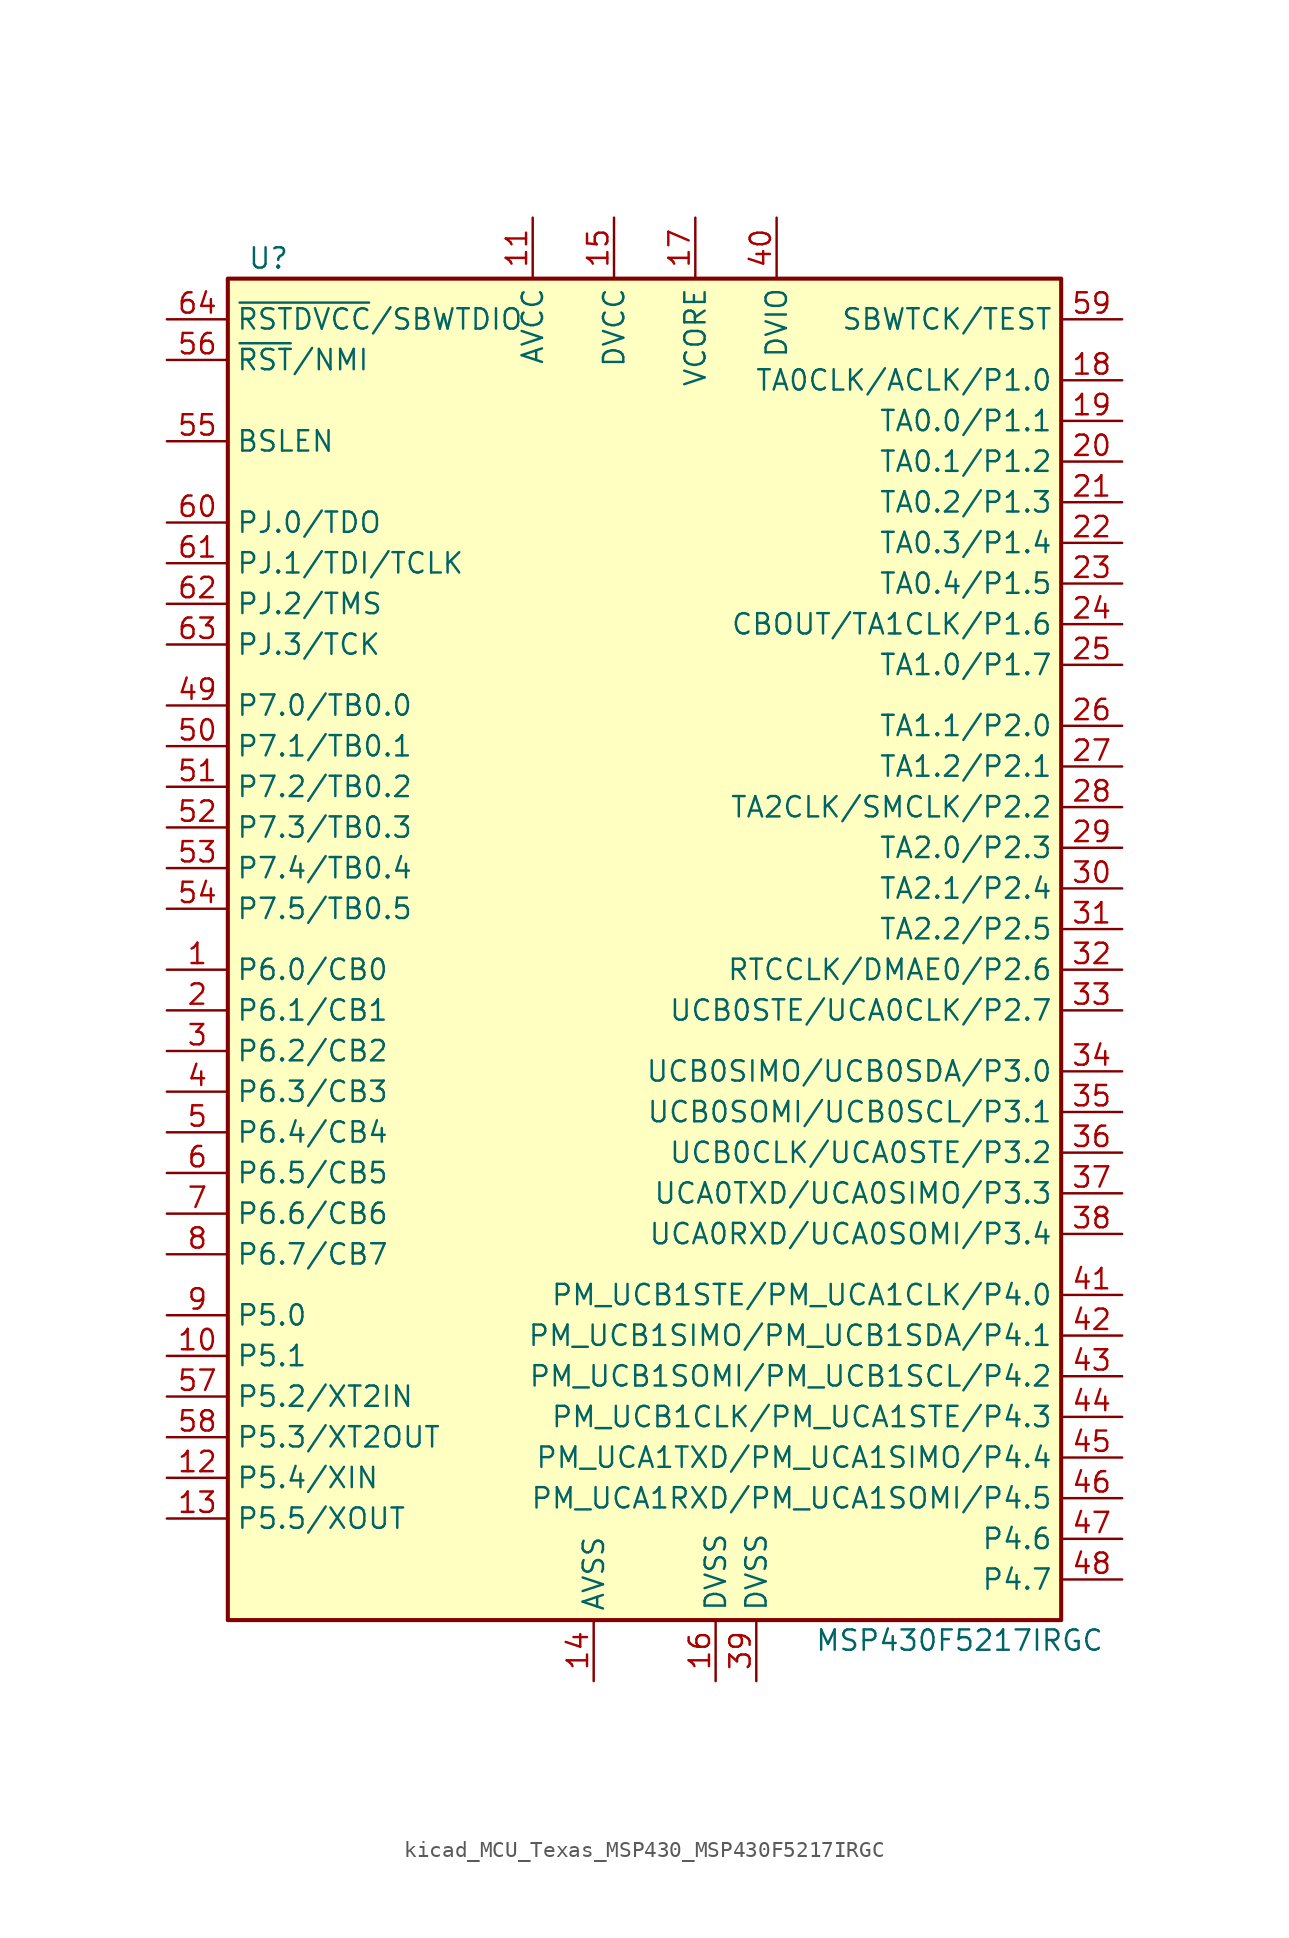
<source format=kicad_sym>
(kicad_symbol_lib
  (version 20220914)
  (generator kicad_symbol_editor)
  (symbol "kicad_MCU_Texas_MSP430_MSP430F5217IRGC"
    (property "Reference" "U"
      (at -24.13 43.18 0)
      (effects (font (size 1.27 1.27))))
    (property "Value" "MSP430F5217IRGC"
      (at 19.05 -43.18 0)
      (effects (font (size 1.27 1.27))))
    (symbol "kicad_MCU_Texas_MSP430_MSP430F5217IRGC_0_1"
      (rectangle (start -26.67 41.91) (end 25.4 -41.91) (stroke (width 0.254) (type default)) (fill (type background))))
    (symbol "kicad_MCU_Texas_MSP430_MSP430F5217IRGC_1_1"
      (pin bidirectional line (at -30.48 -1.27 0) (length 3.81) (name "P6.0/CB0" (effects (font (size 1.27 1.27)))) (number "1" (effects (font (size 1.27 1.27)))))
      (pin bidirectional line (at -30.48 -25.4 0) (length 3.81) (name "P5.1" (effects (font (size 1.27 1.27)))) (number "10" (effects (font (size 1.27 1.27)))))
      (pin power_in line (at -7.62 45.72 270) (length 3.81) (name "AVCC" (effects (font (size 1.27 1.27)))) (number "11" (effects (font (size 1.27 1.27)))))
      (pin bidirectional line (at -30.48 -33.02 0) (length 3.81) (name "P5.4/XIN" (effects (font (size 1.27 1.27)))) (number "12" (effects (font (size 1.27 1.27)))))
      (pin bidirectional line (at -30.48 -35.56 0) (length 3.81) (name "P5.5/XOUT" (effects (font (size 1.27 1.27)))) (number "13" (effects (font (size 1.27 1.27)))))
      (pin power_in line (at -3.81 -45.72 90) (length 3.81) (name "AVSS" (effects (font (size 1.27 1.27)))) (number "14" (effects (font (size 1.27 1.27)))))
      (pin power_in line (at -2.54 45.72 270) (length 3.81) (name "DVCC" (effects (font (size 1.27 1.27)))) (number "15" (effects (font (size 1.27 1.27)))))
      (pin power_in line (at 3.81 -45.72 90) (length 3.81) (name "DVSS" (effects (font (size 1.27 1.27)))) (number "16" (effects (font (size 1.27 1.27)))))
      (pin power_in line (at 2.54 45.72 270) (length 3.81) (name "VCORE" (effects (font (size 1.27 1.27)))) (number "17" (effects (font (size 1.27 1.27)))))
      (pin bidirectional line (at 29.21 35.56 180) (length 3.81) (name "TA0CLK/ACLK/P1.0" (effects (font (size 1.27 1.27)))) (number "18" (effects (font (size 1.27 1.27)))))
      (pin bidirectional line (at 29.21 33.02 180) (length 3.81) (name "TA0.0/P1.1" (effects (font (size 1.27 1.27)))) (number "19" (effects (font (size 1.27 1.27)))))
      (pin bidirectional line (at -30.48 -3.81 0) (length 3.81) (name "P6.1/CB1" (effects (font (size 1.27 1.27)))) (number "2" (effects (font (size 1.27 1.27)))))
      (pin bidirectional line (at 29.21 30.48 180) (length 3.81) (name "TA0.1/P1.2" (effects (font (size 1.27 1.27)))) (number "20" (effects (font (size 1.27 1.27)))))
      (pin bidirectional line (at 29.21 27.94 180) (length 3.81) (name "TA0.2/P1.3" (effects (font (size 1.27 1.27)))) (number "21" (effects (font (size 1.27 1.27)))))
      (pin bidirectional line (at 29.21 25.4 180) (length 3.81) (name "TA0.3/P1.4" (effects (font (size 1.27 1.27)))) (number "22" (effects (font (size 1.27 1.27)))))
      (pin bidirectional line (at 29.21 22.86 180) (length 3.81) (name "TA0.4/P1.5" (effects (font (size 1.27 1.27)))) (number "23" (effects (font (size 1.27 1.27)))))
      (pin bidirectional line (at 29.21 20.32 180) (length 3.81) (name "CBOUT/TA1CLK/P1.6" (effects (font (size 1.27 1.27)))) (number "24" (effects (font (size 1.27 1.27)))))
      (pin bidirectional line (at 29.21 17.78 180) (length 3.81) (name "TA1.0/P1.7" (effects (font (size 1.27 1.27)))) (number "25" (effects (font (size 1.27 1.27)))))
      (pin bidirectional line (at 29.21 13.97 180) (length 3.81) (name "TA1.1/P2.0" (effects (font (size 1.27 1.27)))) (number "26" (effects (font (size 1.27 1.27)))))
      (pin bidirectional line (at 29.21 11.43 180) (length 3.81) (name "TA1.2/P2.1" (effects (font (size 1.27 1.27)))) (number "27" (effects (font (size 1.27 1.27)))))
      (pin bidirectional line (at 29.21 8.89 180) (length 3.81) (name "TA2CLK/SMCLK/P2.2" (effects (font (size 1.27 1.27)))) (number "28" (effects (font (size 1.27 1.27)))))
      (pin bidirectional line (at 29.21 6.35 180) (length 3.81) (name "TA2.0/P2.3" (effects (font (size 1.27 1.27)))) (number "29" (effects (font (size 1.27 1.27)))))
      (pin bidirectional line (at -30.48 -6.35 0) (length 3.81) (name "P6.2/CB2" (effects (font (size 1.27 1.27)))) (number "3" (effects (font (size 1.27 1.27)))))
      (pin bidirectional line (at 29.21 3.81 180) (length 3.81) (name "TA2.1/P2.4" (effects (font (size 1.27 1.27)))) (number "30" (effects (font (size 1.27 1.27)))))
      (pin bidirectional line (at 29.21 1.27 180) (length 3.81) (name "TA2.2/P2.5" (effects (font (size 1.27 1.27)))) (number "31" (effects (font (size 1.27 1.27)))))
      (pin bidirectional line (at 29.21 -1.27 180) (length 3.81) (name "RTCCLK/DMAE0/P2.6" (effects (font (size 1.27 1.27)))) (number "32" (effects (font (size 1.27 1.27)))))
      (pin bidirectional line (at 29.21 -3.81 180) (length 3.81) (name "UCB0STE/UCA0CLK/P2.7" (effects (font (size 1.27 1.27)))) (number "33" (effects (font (size 1.27 1.27)))))
      (pin bidirectional line (at 29.21 -7.62 180) (length 3.81) (name "UCB0SIMO/UCB0SDA/P3.0" (effects (font (size 1.27 1.27)))) (number "34" (effects (font (size 1.27 1.27)))))
      (pin bidirectional line (at 29.21 -10.16 180) (length 3.81) (name "UCB0SOMI/UCB0SCL/P3.1" (effects (font (size 1.27 1.27)))) (number "35" (effects (font (size 1.27 1.27)))))
      (pin bidirectional line (at 29.21 -12.7 180) (length 3.81) (name "UCB0CLK/UCA0STE/P3.2" (effects (font (size 1.27 1.27)))) (number "36" (effects (font (size 1.27 1.27)))))
      (pin bidirectional line (at 29.21 -15.24 180) (length 3.81) (name "UCA0TXD/UCA0SIMO/P3.3" (effects (font (size 1.27 1.27)))) (number "37" (effects (font (size 1.27 1.27)))))
      (pin bidirectional line (at 29.21 -17.78 180) (length 3.81) (name "UCA0RXD/UCA0SOMI/P3.4" (effects (font (size 1.27 1.27)))) (number "38" (effects (font (size 1.27 1.27)))))
      (pin power_in line (at 6.35 -45.72 90) (length 3.81) (name "DVSS" (effects (font (size 1.27 1.27)))) (number "39" (effects (font (size 1.27 1.27)))))
      (pin bidirectional line (at -30.48 -8.89 0) (length 3.81) (name "P6.3/CB3" (effects (font (size 1.27 1.27)))) (number "4" (effects (font (size 1.27 1.27)))))
      (pin power_in line (at 7.62 45.72 270) (length 3.81) (name "DVIO" (effects (font (size 1.27 1.27)))) (number "40" (effects (font (size 1.27 1.27)))))
      (pin bidirectional line (at 29.21 -21.59 180) (length 3.81) (name "PM_UCB1STE/PM_UCA1CLK/P4.0" (effects (font (size 1.27 1.27)))) (number "41" (effects (font (size 1.27 1.27)))))
      (pin bidirectional line (at 29.21 -24.13 180) (length 3.81) (name "PM_UCB1SIMO/PM_UCB1SDA/P4.1" (effects (font (size 1.27 1.27)))) (number "42" (effects (font (size 1.27 1.27)))))
      (pin bidirectional line (at 29.21 -26.67 180) (length 3.81) (name "PM_UCB1SOMI/PM_UCB1SCL/P4.2" (effects (font (size 1.27 1.27)))) (number "43" (effects (font (size 1.27 1.27)))))
      (pin bidirectional line (at 29.21 -29.21 180) (length 3.81) (name "PM_UCB1CLK/PM_UCA1STE/P4.3" (effects (font (size 1.27 1.27)))) (number "44" (effects (font (size 1.27 1.27)))))
      (pin bidirectional line (at 29.21 -31.75 180) (length 3.81) (name "PM_UCA1TXD/PM_UCA1SIMO/P4.4" (effects (font (size 1.27 1.27)))) (number "45" (effects (font (size 1.27 1.27)))))
      (pin bidirectional line (at 29.21 -34.29 180) (length 3.81) (name "PM_UCA1RXD/PM_UCA1SOMI/P4.5" (effects (font (size 1.27 1.27)))) (number "46" (effects (font (size 1.27 1.27)))))
      (pin bidirectional line (at 29.21 -36.83 180) (length 3.81) (name "P4.6" (effects (font (size 1.27 1.27)))) (number "47" (effects (font (size 1.27 1.27)))))
      (pin bidirectional line (at 29.21 -39.37 180) (length 3.81) (name "P4.7" (effects (font (size 1.27 1.27)))) (number "48" (effects (font (size 1.27 1.27)))))
      (pin bidirectional line (at -30.48 15.24 0) (length 3.81) (name "P7.0/TB0.0" (effects (font (size 1.27 1.27)))) (number "49" (effects (font (size 1.27 1.27)))))
      (pin bidirectional line (at -30.48 -11.43 0) (length 3.81) (name "P6.4/CB4" (effects (font (size 1.27 1.27)))) (number "5" (effects (font (size 1.27 1.27)))))
      (pin bidirectional line (at -30.48 12.7 0) (length 3.81) (name "P7.1/TB0.1" (effects (font (size 1.27 1.27)))) (number "50" (effects (font (size 1.27 1.27)))))
      (pin bidirectional line (at -30.48 10.16 0) (length 3.81) (name "P7.2/TB0.2" (effects (font (size 1.27 1.27)))) (number "51" (effects (font (size 1.27 1.27)))))
      (pin bidirectional line (at -30.48 7.62 0) (length 3.81) (name "P7.3/TB0.3" (effects (font (size 1.27 1.27)))) (number "52" (effects (font (size 1.27 1.27)))))
      (pin bidirectional line (at -30.48 5.08 0) (length 3.81) (name "P7.4/TB0.4" (effects (font (size 1.27 1.27)))) (number "53" (effects (font (size 1.27 1.27)))))
      (pin bidirectional line (at -30.48 2.54 0) (length 3.81) (name "P7.5/TB0.5" (effects (font (size 1.27 1.27)))) (number "54" (effects (font (size 1.27 1.27)))))
      (pin bidirectional line (at -30.48 31.75 0) (length 3.81) (name "BSLEN" (effects (font (size 1.27 1.27)))) (number "55" (effects (font (size 1.27 1.27)))))
      (pin input line (at -30.48 36.83 0) (length 3.81) (name "~{RST}/NMI" (effects (font (size 1.27 1.27)))) (number "56" (effects (font (size 1.27 1.27)))))
      (pin bidirectional line (at -30.48 -27.94 0) (length 3.81) (name "P5.2/XT2IN" (effects (font (size 1.27 1.27)))) (number "57" (effects (font (size 1.27 1.27)))))
      (pin bidirectional line (at -30.48 -30.48 0) (length 3.81) (name "P5.3/XT2OUT" (effects (font (size 1.27 1.27)))) (number "58" (effects (font (size 1.27 1.27)))))
      (pin input line (at 29.21 39.37 180) (length 3.81) (name "SBWTCK/TEST" (effects (font (size 1.27 1.27)))) (number "59" (effects (font (size 1.27 1.27)))))
      (pin bidirectional line (at -30.48 -13.97 0) (length 3.81) (name "P6.5/CB5" (effects (font (size 1.27 1.27)))) (number "6" (effects (font (size 1.27 1.27)))))
      (pin bidirectional line (at -30.48 26.67 0) (length 3.81) (name "PJ.0/TDO" (effects (font (size 1.27 1.27)))) (number "60" (effects (font (size 1.27 1.27)))))
      (pin bidirectional line (at -30.48 24.13 0) (length 3.81) (name "PJ.1/TDI/TCLK" (effects (font (size 1.27 1.27)))) (number "61" (effects (font (size 1.27 1.27)))))
      (pin bidirectional line (at -30.48 21.59 0) (length 3.81) (name "PJ.2/TMS" (effects (font (size 1.27 1.27)))) (number "62" (effects (font (size 1.27 1.27)))))
      (pin bidirectional line (at -30.48 19.05 0) (length 3.81) (name "PJ.3/TCK" (effects (font (size 1.27 1.27)))) (number "63" (effects (font (size 1.27 1.27)))))
      (pin bidirectional line (at -30.48 39.37 0) (length 3.81) (name "~{RSTDVCC}/SBWTDIO" (effects (font (size 1.27 1.27)))) (number "64" (effects (font (size 1.27 1.27)))))
      (pin bidirectional line (at -30.48 -16.51 0) (length 3.81) (name "P6.6/CB6" (effects (font (size 1.27 1.27)))) (number "7" (effects (font (size 1.27 1.27)))))
      (pin bidirectional line (at -30.48 -19.05 0) (length 3.81) (name "P6.7/CB7" (effects (font (size 1.27 1.27)))) (number "8" (effects (font (size 1.27 1.27)))))
      (pin bidirectional line (at -30.48 -22.86 0) (length 3.81) (name "P5.0" (effects (font (size 1.27 1.27)))) (number "9" (effects (font (size 1.27 1.27))))))))
</source>
